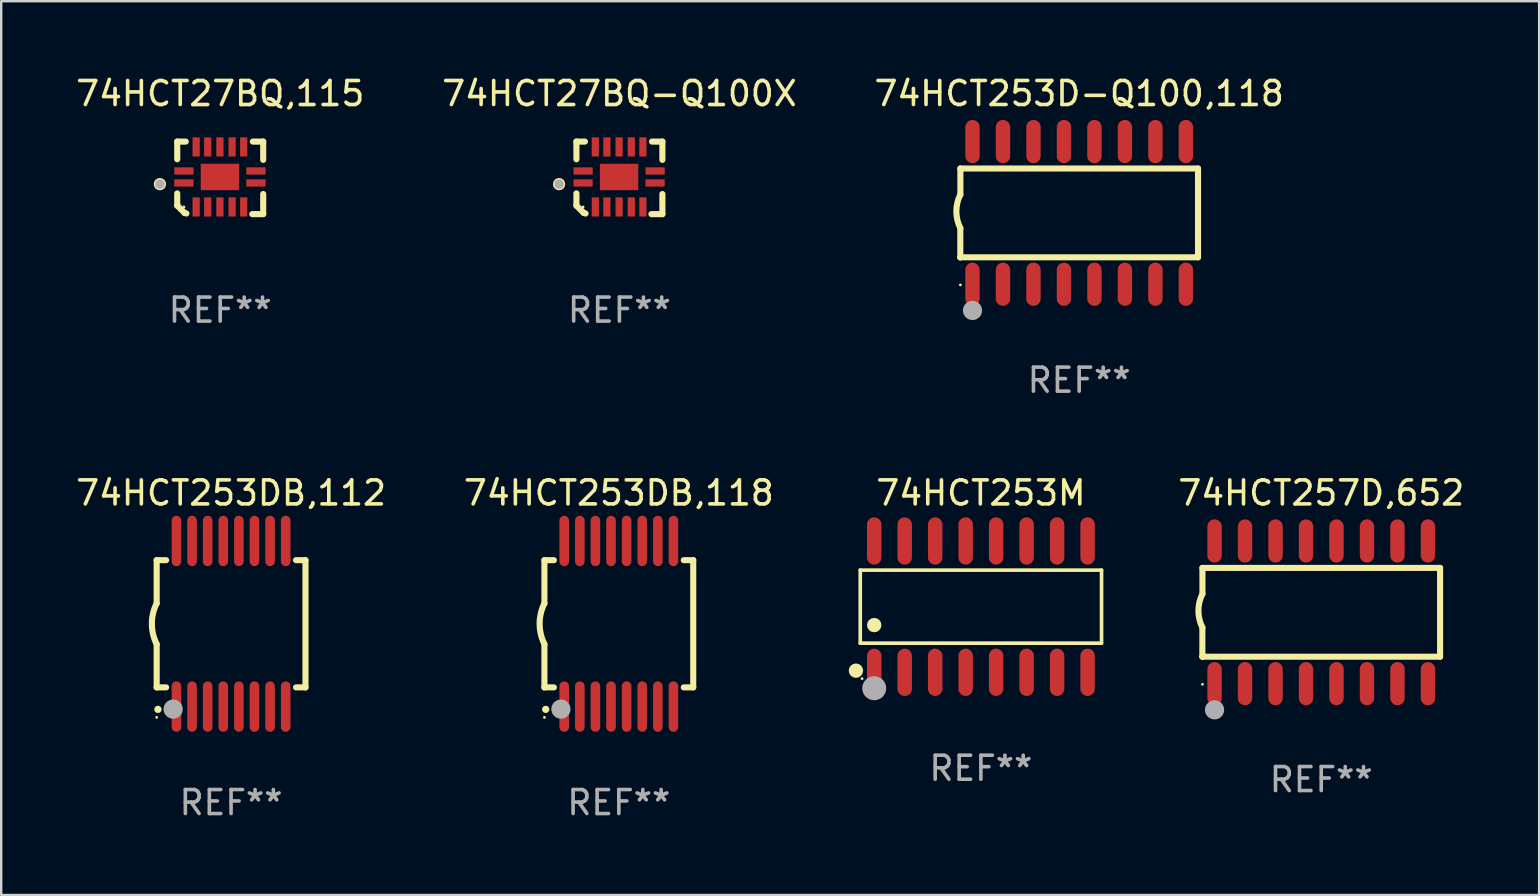
<source format=kicad_pcb>
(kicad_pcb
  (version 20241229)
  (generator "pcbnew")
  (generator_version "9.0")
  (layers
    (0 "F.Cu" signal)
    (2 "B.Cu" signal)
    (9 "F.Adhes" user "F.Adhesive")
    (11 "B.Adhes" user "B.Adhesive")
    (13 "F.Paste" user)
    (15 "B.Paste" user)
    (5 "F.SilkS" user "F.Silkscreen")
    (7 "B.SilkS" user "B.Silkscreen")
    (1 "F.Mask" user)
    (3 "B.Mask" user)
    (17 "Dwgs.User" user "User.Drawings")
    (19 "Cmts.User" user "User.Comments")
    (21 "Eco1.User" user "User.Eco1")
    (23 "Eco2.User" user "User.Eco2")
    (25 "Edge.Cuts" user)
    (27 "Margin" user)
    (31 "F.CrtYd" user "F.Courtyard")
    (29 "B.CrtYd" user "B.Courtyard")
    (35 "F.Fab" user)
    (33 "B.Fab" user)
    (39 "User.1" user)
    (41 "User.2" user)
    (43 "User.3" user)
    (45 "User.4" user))
  (footprint "74HCT27BQ,115"
    (layer "F.Cu")
    (at 6.125 4.36)
    (property "Reference" "74HCT27BQ,115" (at 0 -3.511 0) (layer "F.SilkS") (effects (font (size 1 1) (thickness 0.15))))
    (attr through_hole)
    (fp_line (start -1.791 -1.511) (end -1.435 -1.511) (stroke (width 0.254) (type solid)) (layer "F.SilkS"))
    (fp_line (start -1.791 -0.775) (end -1.791 -1.511) (stroke (width 0.254) (type solid)) (layer "F.SilkS"))
    (fp_line (start -1.791 1.156) (end -1.791 0.648) (stroke (width 0.254) (type solid)) (layer "F.SilkS"))
    (fp_line (start -1.486 1.461) (end -1.791 1.156) (stroke (width 0.254) (type solid)) (layer "F.SilkS"))
    (fp_line (start -1.41 1.486) (end -1.486 1.461) (stroke (width 0.254) (type solid)) (layer "F.SilkS"))
    (fp_line (start 1.334 1.511) (end 1.791 1.511) (stroke (width 0.254) (type solid)) (layer "F.SilkS"))
    (fp_line (start 1.791 -1.511) (end 1.359 -1.511) (stroke (width 0.254) (type solid)) (layer "F.SilkS"))
    (fp_line (start 1.791 -0.749) (end 1.791 -1.511) (stroke (width 0.254) (type solid)) (layer "F.SilkS"))
    (fp_line (start 1.791 1.511) (end 1.791 0.673) (stroke (width 0.254) (type solid)) (layer "F.SilkS"))
    (fp_circle (center -2.513 0.262) (end -2.383 0.262) (stroke (width 0.254) (type solid)) (fill no) (layer "F.SilkS"))
    (fp_circle (center -1.513 1.212) (end -1.483 1.212) (stroke (width 0.06) (type solid)) (fill no) (layer "F.SilkS"))
    (fp_circle (center -2.513 0.262) (end -2.413 0.262) (stroke (width 0.2) (type solid)) (fill no) (layer "F.Fab"))
    (fp_text user "REF**" (at 0 5.511 0) (layer "F.Fab") (effects (font (size 1 1) (thickness 0.15))))
    (pad "1" smd rect (at -1.513 0.212) (size 0.8 0.3) (layers "F.Cu" "F.Mask" "F.Paste"))
    (pad "2" smd rect (at -1.003 1.212) (size 0.3 0.8) (layers "F.Cu" "F.Mask" "F.Paste"))
    (pad "3" smd rect (at -0.521 1.212) (size 0.3 0.8) (layers "F.Cu" "F.Mask" "F.Paste"))
    (pad "4" smd rect (at -0.013 1.212) (size 0.3 0.8) (layers "F.Cu" "F.Mask" "F.Paste"))
    (pad "5" smd rect (at 0.495 1.212) (size 0.3 0.8) (layers "F.Cu" "F.Mask" "F.Paste"))
    (pad "6" smd rect (at 0.978 1.212) (size 0.3 0.8) (layers "F.Cu" "F.Mask" "F.Paste"))
    (pad "7" smd rect (at 1.487 0.212) (size 0.8 0.3) (layers "F.Cu" "F.Mask" "F.Paste"))
    (pad "8" smd rect (at 1.487 -0.288) (size 0.8 0.3) (layers "F.Cu" "F.Mask" "F.Paste"))
    (pad "9" smd rect (at 0.978 -1.288) (size 0.3 0.8) (layers "F.Cu" "F.Mask" "F.Paste"))
    (pad "10" smd rect (at 0.495 -1.288) (size 0.3 0.8) (layers "F.Cu" "F.Mask" "F.Paste"))
    (pad "11" smd rect (at -0.013 -1.288) (size 0.3 0.8) (layers "F.Cu" "F.Mask" "F.Paste"))
    (pad "12" smd rect (at -0.521 -1.288) (size 0.3 0.8) (layers "F.Cu" "F.Mask" "F.Paste"))
    (pad "13" smd rect (at -1.003 -1.288) (size 0.3 0.8) (layers "F.Cu" "F.Mask" "F.Paste"))
    (pad "14" smd rect (at -1.513 -0.288) (size 0.8 0.3) (layers "F.Cu" "F.Mask" "F.Paste"))
    (pad "15" smd rect (at -0.013 -0.038 90) (size 1.1 1.6) (layers "F.Cu" "F.Mask" "F.Paste")))
  (footprint "74HCT253M"
    (layer "F.Cu")
    (at 37.817 22.224)
    (property "Reference" "74HCT253M" (at 0 -4.736 0) (layer "F.SilkS") (effects (font (size 1 1) (thickness 0.15))))
    (attr through_hole)
    (fp_line (start -5.026 -1.521) (end 5.026 -1.521) (stroke (width 0.152) (type solid)) (layer "F.SilkS"))
    (fp_line (start -5.026 1.521) (end -5.026 -1.521) (stroke (width 0.152) (type solid)) (layer "F.SilkS"))
    (fp_line (start 5.026 -1.521) (end 5.026 1.521) (stroke (width 0.152) (type solid)) (layer "F.SilkS"))
    (fp_line (start 5.026 1.521) (end -5.026 1.521) (stroke (width 0.152) (type solid)) (layer "F.SilkS"))
    (fp_circle (center -5.207 2.667) (end -5.057 2.667) (stroke (width 0.3) (type solid)) (fill no) (layer "F.SilkS"))
    (fp_circle (center -4.95 3) (end -4.92 3) (stroke (width 0.06) (type solid)) (fill no) (layer "F.SilkS"))
    (fp_circle (center -4.445 0.769) (end -4.295 0.769) (stroke (width 0.3) (type solid)) (fill no) (layer "F.SilkS"))
    (fp_circle (center -4.445 3.4) (end -4.195 3.4) (stroke (width 0.5) (type solid)) (fill no) (layer "F.Fab"))
    (fp_text user "REF**" (at 0 6.736 0) (layer "F.Fab") (effects (font (size 1 1) (thickness 0.15))))
    (pad "1" smd oval (at -4.445 2.736) (size 0.602 1.971) (layers "F.Cu" "F.Mask" "F.Paste"))
    (pad "2" smd oval (at -3.175 2.736) (size 0.602 1.971) (layers "F.Cu" "F.Mask" "F.Paste"))
    (pad "3" smd oval (at -1.905 2.736) (size 0.602 1.971) (layers "F.Cu" "F.Mask" "F.Paste"))
    (pad "4" smd oval (at -0.635 2.736) (size 0.602 1.971) (layers "F.Cu" "F.Mask" "F.Paste"))
    (pad "5" smd oval (at 0.635 2.736) (size 0.602 1.971) (layers "F.Cu" "F.Mask" "F.Paste"))
    (pad "6" smd oval (at 1.905 2.736) (size 0.602 1.971) (layers "F.Cu" "F.Mask" "F.Paste"))
    (pad "7" smd oval (at 3.175 2.736) (size 0.602 1.971) (layers "F.Cu" "F.Mask" "F.Paste"))
    (pad "8" smd oval (at 4.445 2.736) (size 0.602 1.971) (layers "F.Cu" "F.Mask" "F.Paste"))
    (pad "9" smd oval (at 4.445 -2.736) (size 0.602 1.971) (layers "F.Cu" "F.Mask" "F.Paste"))
    (pad "10" smd oval (at 3.175 -2.736) (size 0.602 1.971) (layers "F.Cu" "F.Mask" "F.Paste"))
    (pad "11" smd oval (at 1.905 -2.736) (size 0.602 1.971) (layers "F.Cu" "F.Mask" "F.Paste"))
    (pad "12" smd oval (at 0.635 -2.736) (size 0.602 1.971) (layers "F.Cu" "F.Mask" "F.Paste"))
    (pad "13" smd oval (at -0.635 -2.736) (size 0.602 1.971) (layers "F.Cu" "F.Mask" "F.Paste"))
    (pad "14" smd oval (at -1.905 -2.736) (size 0.602 1.971) (layers "F.Cu" "F.Mask" "F.Paste"))
    (pad "15" smd oval (at -3.175 -2.736) (size 0.602 1.971) (layers "F.Cu" "F.Mask" "F.Paste"))
    (pad "16" smd oval (at -4.445 -2.736) (size 0.602 1.971) (layers "F.Cu" "F.Mask" "F.Paste")))
  (footprint "74HCT253DB,118"
    (layer "F.Cu")
    (at 22.732 22.938)
    (property "Reference" "74HCT253DB,118" (at 0 -5.45 0) (layer "F.SilkS") (effects (font (size 1 1) (thickness 0.15))))
    (attr through_hole)
    (fp_line (start -3.1 -2.65) (end -3.1 -0.85) (stroke (width 0.254) (type solid)) (layer "F.SilkS"))
    (fp_line (start -3.1 -2.65) (end -2.706 -2.65) (stroke (width 0.254) (type solid)) (layer "F.SilkS"))
    (fp_line (start -3.1 2.65) (end -3.1 0.85) (stroke (width 0.254) (type solid)) (layer "F.SilkS"))
    (fp_line (start -3.1 2.65) (end -2.706 2.65) (stroke (width 0.254) (type solid)) (layer "F.SilkS"))
    (fp_line (start 2.706 -2.65) (end 3.1 -2.65) (stroke (width 0.254) (type solid)) (layer "F.SilkS"))
    (fp_line (start 2.706 2.65) (end 3.1 2.65) (stroke (width 0.254) (type solid)) (layer "F.SilkS"))
    (fp_line (start 3.1 -2.65) (end 3.1 2.65) (stroke (width 0.254) (type solid)) (layer "F.SilkS"))
    (fp_arc (start -3.098907 0.850902) (mid -3.300057 0.000523) (end -3.1 -0.850114) (stroke (width 0.254001) (type solid)) (layer "F.SilkS"))
    (fp_arc (start -3.048006 3.566066) (mid -3.046736 3.566061) (end -3.045466 3.566066) (stroke (width 0.3) (type solid)) (layer "F.SilkS"))
    (fp_circle (center -3.1 3.9) (end -3.07 3.9) (stroke (width 0.06) (type solid)) (fill no) (layer "F.SilkS"))
    (fp_circle (center -2.413 3.556) (end -2.213 3.556) (stroke (width 0.4) (type solid)) (fill no) (layer "F.Fab"))
    (fp_text user "REF**" (at 0 7.45 0) (layer "F.Fab") (effects (font (size 1 1) (thickness 0.15))))
    (pad "1" smd oval (at -2.275 3.45 180) (size 0.4 2.1) (layers "F.Cu" "F.Mask" "F.Paste"))
    (pad "2" smd oval (at -1.625 3.45 180) (size 0.4 2.1) (layers "F.Cu" "F.Mask" "F.Paste"))
    (pad "3" smd oval (at -0.975 3.45 180) (size 0.4 2.1) (layers "F.Cu" "F.Mask" "F.Paste"))
    (pad "4" smd oval (at -0.325 3.45 180) (size 0.4 2.1) (layers "F.Cu" "F.Mask" "F.Paste"))
    (pad "5" smd oval (at 0.325 3.45 180) (size 0.4 2.1) (layers "F.Cu" "F.Mask" "F.Paste"))
    (pad "6" smd oval (at 0.975 3.45 180) (size 0.4 2.1) (layers "F.Cu" "F.Mask" "F.Paste"))
    (pad "7" smd oval (at 1.625 3.45 180) (size 0.4 2.1) (layers "F.Cu" "F.Mask" "F.Paste"))
    (pad "8" smd oval (at 2.275 3.45 180) (size 0.4 2.1) (layers "F.Cu" "F.Mask" "F.Paste"))
    (pad "9" smd oval (at 2.275 -3.45 180) (size 0.4 2.1) (layers "F.Cu" "F.Mask" "F.Paste"))
    (pad "10" smd oval (at 1.625 -3.45 180) (size 0.4 2.1) (layers "F.Cu" "F.Mask" "F.Paste"))
    (pad "11" smd oval (at 0.975 -3.45 180) (size 0.4 2.1) (layers "F.Cu" "F.Mask" "F.Paste"))
    (pad "12" smd oval (at 0.325 -3.45 180) (size 0.4 2.1) (layers "F.Cu" "F.Mask" "F.Paste"))
    (pad "13" smd oval (at -0.325 -3.45 180) (size 0.4 2.1) (layers "F.Cu" "F.Mask" "F.Paste"))
    (pad "14" smd oval (at -0.975 -3.45 180) (size 0.4 2.1) (layers "F.Cu" "F.Mask" "F.Paste"))
    (pad "15" smd oval (at -1.625 -3.45 180) (size 0.4 2.1) (layers "F.Cu" "F.Mask" "F.Paste"))
    (pad "16" smd oval (at -2.275 -3.45 180) (size 0.4 2.1) (layers "F.Cu" "F.Mask" "F.Paste")))
  (footprint "74HCT27BQ-Q100X"
    (layer "F.Cu")
    (at 22.756 4.36)
    (property "Reference" "74HCT27BQ-Q100X" (at 0 -3.511 0) (layer "F.SilkS") (effects (font (size 1 1) (thickness 0.15))))
    (attr through_hole)
    (fp_line (start -1.791 -1.511) (end -1.435 -1.511) (stroke (width 0.254) (type solid)) (layer "F.SilkS"))
    (fp_line (start -1.791 -0.775) (end -1.791 -1.511) (stroke (width 0.254) (type solid)) (layer "F.SilkS"))
    (fp_line (start -1.791 1.156) (end -1.791 0.648) (stroke (width 0.254) (type solid)) (layer "F.SilkS"))
    (fp_line (start -1.486 1.461) (end -1.791 1.156) (stroke (width 0.254) (type solid)) (layer "F.SilkS"))
    (fp_line (start -1.41 1.486) (end -1.486 1.461) (stroke (width 0.254) (type solid)) (layer "F.SilkS"))
    (fp_line (start 1.334 1.511) (end 1.791 1.511) (stroke (width 0.254) (type solid)) (layer "F.SilkS"))
    (fp_line (start 1.791 -1.511) (end 1.359 -1.511) (stroke (width 0.254) (type solid)) (layer "F.SilkS"))
    (fp_line (start 1.791 -0.749) (end 1.791 -1.511) (stroke (width 0.254) (type solid)) (layer "F.SilkS"))
    (fp_line (start 1.791 1.511) (end 1.791 0.673) (stroke (width 0.254) (type solid)) (layer "F.SilkS"))
    (fp_circle (center -2.513 0.262) (end -2.383 0.262) (stroke (width 0.254) (type solid)) (fill no) (layer "F.SilkS"))
    (fp_circle (center -1.513 1.212) (end -1.483 1.212) (stroke (width 0.06) (type solid)) (fill no) (layer "F.SilkS"))
    (fp_circle (center -2.513 0.262) (end -2.413 0.262) (stroke (width 0.2) (type solid)) (fill no) (layer "F.Fab"))
    (fp_text user "REF**" (at 0 5.511 0) (layer "F.Fab") (effects (font (size 1 1) (thickness 0.15))))
    (pad "1" smd rect (at -1.513 0.212) (size 0.8 0.3) (layers "F.Cu" "F.Mask" "F.Paste"))
    (pad "2" smd rect (at -1.003 1.212) (size 0.3 0.8) (layers "F.Cu" "F.Mask" "F.Paste"))
    (pad "3" smd rect (at -0.521 1.212) (size 0.3 0.8) (layers "F.Cu" "F.Mask" "F.Paste"))
    (pad "4" smd rect (at -0.013 1.212) (size 0.3 0.8) (layers "F.Cu" "F.Mask" "F.Paste"))
    (pad "5" smd rect (at 0.495 1.212) (size 0.3 0.8) (layers "F.Cu" "F.Mask" "F.Paste"))
    (pad "6" smd rect (at 0.978 1.212) (size 0.3 0.8) (layers "F.Cu" "F.Mask" "F.Paste"))
    (pad "7" smd rect (at 1.487 0.212) (size 0.8 0.3) (layers "F.Cu" "F.Mask" "F.Paste"))
    (pad "8" smd rect (at 1.487 -0.288) (size 0.8 0.3) (layers "F.Cu" "F.Mask" "F.Paste"))
    (pad "9" smd rect (at 0.978 -1.288) (size 0.3 0.8) (layers "F.Cu" "F.Mask" "F.Paste"))
    (pad "10" smd rect (at 0.495 -1.288) (size 0.3 0.8) (layers "F.Cu" "F.Mask" "F.Paste"))
    (pad "11" smd rect (at -0.013 -1.288) (size 0.3 0.8) (layers "F.Cu" "F.Mask" "F.Paste"))
    (pad "12" smd rect (at -0.521 -1.288) (size 0.3 0.8) (layers "F.Cu" "F.Mask" "F.Paste"))
    (pad "13" smd rect (at -1.003 -1.288) (size 0.3 0.8) (layers "F.Cu" "F.Mask" "F.Paste"))
    (pad "14" smd rect (at -1.513 -0.288) (size 0.8 0.3) (layers "F.Cu" "F.Mask" "F.Paste"))
    (pad "15" smd rect (at -0.013 -0.038 90) (size 1.1 1.6) (layers "F.Cu" "F.Mask" "F.Paste")))
  (footprint "74HCT253D-Q100,118"
    (layer "F.Cu")
    (at 41.911 5.82)
    (property "Reference" "74HCT253D-Q100,118" (at 0 -4.972 0) (layer "F.SilkS") (effects (font (size 1 1) (thickness 0.15))))
    (attr through_hole)
    (fp_line (start -4.952 0.635) (end -4.952 1.85) (stroke (width 0.254) (type solid)) (layer "F.SilkS"))
    (fp_line (start -4.952 1.85) (end -4.949 1.85) (stroke (width 0.254) (type solid)) (layer "F.SilkS"))
    (fp_line (start -4.949 -1.85) (end -4.949 -0.762) (stroke (width 0.254) (type solid)) (layer "F.SilkS"))
    (fp_line (start -4.949 1.85) (end 4.952 1.85) (stroke (width 0.254) (type solid)) (layer "F.SilkS"))
    (fp_line (start 4.952 -1.85) (end -4.949 -1.85) (stroke (width 0.254) (type solid)) (layer "F.SilkS"))
    (fp_line (start 4.952 1.85) (end 4.952 -1.85) (stroke (width 0.254) (type solid)) (layer "F.SilkS"))
    (fp_arc (start -4.951524 0.635001) (mid -5.116418 -0.0635) (end -4.951524 -0.762002) (stroke (width 0.254001) (type solid)) (layer "F.SilkS"))
    (fp_circle (center -4.949 3) (end -4.919 3) (stroke (width 0.06) (type solid)) (fill no) (layer "F.SilkS"))
    (fp_circle (center -4.444 4.064) (end -4.244 4.064) (stroke (width 0.4) (type solid)) (fill no) (layer "F.Fab"))
    (fp_text user "REF**" (at 0 6.972 0) (layer "F.Fab") (effects (font (size 1 1) (thickness 0.15))))
    (pad "1" smd oval (at -4.444 2.972 180) (size 0.6 1.8) (layers "F.Cu" "F.Mask" "F.Paste"))
    (pad "2" smd oval (at -3.174 2.972 180) (size 0.6 1.8) (layers "F.Cu" "F.Mask" "F.Paste"))
    (pad "3" smd oval (at -1.904 2.972 180) (size 0.6 1.8) (layers "F.Cu" "F.Mask" "F.Paste"))
    (pad "4" smd oval (at -0.634 2.972 180) (size 0.6 1.8) (layers "F.Cu" "F.Mask" "F.Paste"))
    (pad "5" smd oval (at 0.636 2.972 180) (size 0.6 1.8) (layers "F.Cu" "F.Mask" "F.Paste"))
    (pad "6" smd oval (at 1.906 2.972 180) (size 0.6 1.8) (layers "F.Cu" "F.Mask" "F.Paste"))
    (pad "7" smd oval (at 3.176 2.972 180) (size 0.6 1.8) (layers "F.Cu" "F.Mask" "F.Paste"))
    (pad "8" smd oval (at 4.446 2.972 180) (size 0.6 1.8) (layers "F.Cu" "F.Mask" "F.Paste"))
    (pad "9" smd oval (at 4.446 -2.972 180) (size 0.6 1.8) (layers "F.Cu" "F.Mask" "F.Paste"))
    (pad "10" smd oval (at 3.176 -2.972 180) (size 0.6 1.8) (layers "F.Cu" "F.Mask" "F.Paste"))
    (pad "11" smd oval (at 1.906 -2.972 180) (size 0.6 1.8) (layers "F.Cu" "F.Mask" "F.Paste"))
    (pad "12" smd oval (at 0.636 -2.972 180) (size 0.6 1.8) (layers "F.Cu" "F.Mask" "F.Paste"))
    (pad "13" smd oval (at -0.634 -2.972 180) (size 0.6 1.8) (layers "F.Cu" "F.Mask" "F.Paste"))
    (pad "14" smd oval (at -1.904 -2.972 180) (size 0.6 1.8) (layers "F.Cu" "F.Mask" "F.Paste"))
    (pad "15" smd oval (at -3.174 -2.972 180) (size 0.6 1.8) (layers "F.Cu" "F.Mask" "F.Paste"))
    (pad "16" smd oval (at -4.444 -2.972 180) (size 0.6 1.8) (layers "F.Cu" "F.Mask" "F.Paste")))
  (footprint "74HCT253DB,112"
    (layer "F.Cu")
    (at 6.577 22.938)
    (property "Reference" "74HCT253DB,112" (at 0 -5.45 0) (layer "F.SilkS") (effects (font (size 1 1) (thickness 0.15))))
    (attr through_hole)
    (fp_line (start -3.1 -2.65) (end -3.1 -0.85) (stroke (width 0.254) (type solid)) (layer "F.SilkS"))
    (fp_line (start -3.1 -2.65) (end -2.706 -2.65) (stroke (width 0.254) (type solid)) (layer "F.SilkS"))
    (fp_line (start -3.1 2.65) (end -3.1 0.85) (stroke (width 0.254) (type solid)) (layer "F.SilkS"))
    (fp_line (start -3.1 2.65) (end -2.706 2.65) (stroke (width 0.254) (type solid)) (layer "F.SilkS"))
    (fp_line (start 2.706 -2.65) (end 3.1 -2.65) (stroke (width 0.254) (type solid)) (layer "F.SilkS"))
    (fp_line (start 2.706 2.65) (end 3.1 2.65) (stroke (width 0.254) (type solid)) (layer "F.SilkS"))
    (fp_line (start 3.1 -2.65) (end 3.1 2.65) (stroke (width 0.254) (type solid)) (layer "F.SilkS"))
    (fp_arc (start -3.098907 0.850902) (mid -3.300057 0.000523) (end -3.1 -0.850114) (stroke (width 0.254001) (type solid)) (layer "F.SilkS"))
    (fp_arc (start -3.048006 3.566066) (mid -3.046736 3.566061) (end -3.045466 3.566066) (stroke (width 0.3) (type solid)) (layer "F.SilkS"))
    (fp_circle (center -3.1 3.9) (end -3.07 3.9) (stroke (width 0.06) (type solid)) (fill no) (layer "F.SilkS"))
    (fp_circle (center -2.413 3.556) (end -2.213 3.556) (stroke (width 0.4) (type solid)) (fill no) (layer "F.Fab"))
    (fp_text user "REF**" (at 0 7.45 0) (layer "F.Fab") (effects (font (size 1 1) (thickness 0.15))))
    (pad "1" smd oval (at -2.275 3.45 180) (size 0.4 2.1) (layers "F.Cu" "F.Mask" "F.Paste"))
    (pad "2" smd oval (at -1.625 3.45 180) (size 0.4 2.1) (layers "F.Cu" "F.Mask" "F.Paste"))
    (pad "3" smd oval (at -0.975 3.45 180) (size 0.4 2.1) (layers "F.Cu" "F.Mask" "F.Paste"))
    (pad "4" smd oval (at -0.325 3.45 180) (size 0.4 2.1) (layers "F.Cu" "F.Mask" "F.Paste"))
    (pad "5" smd oval (at 0.325 3.45 180) (size 0.4 2.1) (layers "F.Cu" "F.Mask" "F.Paste"))
    (pad "6" smd oval (at 0.975 3.45 180) (size 0.4 2.1) (layers "F.Cu" "F.Mask" "F.Paste"))
    (pad "7" smd oval (at 1.625 3.45 180) (size 0.4 2.1) (layers "F.Cu" "F.Mask" "F.Paste"))
    (pad "8" smd oval (at 2.275 3.45 180) (size 0.4 2.1) (layers "F.Cu" "F.Mask" "F.Paste"))
    (pad "9" smd oval (at 2.275 -3.45 180) (size 0.4 2.1) (layers "F.Cu" "F.Mask" "F.Paste"))
    (pad "10" smd oval (at 1.625 -3.45 180) (size 0.4 2.1) (layers "F.Cu" "F.Mask" "F.Paste"))
    (pad "11" smd oval (at 0.975 -3.45 180) (size 0.4 2.1) (layers "F.Cu" "F.Mask" "F.Paste"))
    (pad "12" smd oval (at 0.325 -3.45 180) (size 0.4 2.1) (layers "F.Cu" "F.Mask" "F.Paste"))
    (pad "13" smd oval (at -0.325 -3.45 180) (size 0.4 2.1) (layers "F.Cu" "F.Mask" "F.Paste"))
    (pad "14" smd oval (at -0.975 -3.45 180) (size 0.4 2.1) (layers "F.Cu" "F.Mask" "F.Paste"))
    (pad "15" smd oval (at -1.625 -3.45 180) (size 0.4 2.1) (layers "F.Cu" "F.Mask" "F.Paste"))
    (pad "16" smd oval (at -2.275 -3.45 180) (size 0.4 2.1) (layers "F.Cu" "F.Mask" "F.Paste")))
  (footprint "74HCT257D,652"
    (layer "F.Cu")
    (at 51.996 22.46)
    (property "Reference" "74HCT257D,652" (at 0 -4.972 0) (layer "F.SilkS") (effects (font (size 1 1) (thickness 0.15))))
    (attr through_hole)
    (fp_line (start -4.952 0.635) (end -4.952 1.85) (stroke (width 0.254) (type solid)) (layer "F.SilkS"))
    (fp_line (start -4.952 1.85) (end -4.949 1.85) (stroke (width 0.254) (type solid)) (layer "F.SilkS"))
    (fp_line (start -4.949 -1.85) (end -4.949 -0.762) (stroke (width 0.254) (type solid)) (layer "F.SilkS"))
    (fp_line (start -4.949 1.85) (end 4.952 1.85) (stroke (width 0.254) (type solid)) (layer "F.SilkS"))
    (fp_line (start 4.952 -1.85) (end -4.949 -1.85) (stroke (width 0.254) (type solid)) (layer "F.SilkS"))
    (fp_line (start 4.952 1.85) (end 4.952 -1.85) (stroke (width 0.254) (type solid)) (layer "F.SilkS"))
    (fp_arc (start -4.951524 0.635001) (mid -5.116418 -0.0635) (end -4.951524 -0.762002) (stroke (width 0.254001) (type solid)) (layer "F.SilkS"))
    (fp_circle (center -4.949 3) (end -4.919 3) (stroke (width 0.06) (type solid)) (fill no) (layer "F.SilkS"))
    (fp_circle (center -4.444 4.064) (end -4.244 4.064) (stroke (width 0.4) (type solid)) (fill no) (layer "F.Fab"))
    (fp_text user "REF**" (at 0 6.972 0) (layer "F.Fab") (effects (font (size 1 1) (thickness 0.15))))
    (pad "1" smd oval (at -4.444 2.972 180) (size 0.6 1.8) (layers "F.Cu" "F.Mask" "F.Paste"))
    (pad "2" smd oval (at -3.174 2.972 180) (size 0.6 1.8) (layers "F.Cu" "F.Mask" "F.Paste"))
    (pad "3" smd oval (at -1.904 2.972 180) (size 0.6 1.8) (layers "F.Cu" "F.Mask" "F.Paste"))
    (pad "4" smd oval (at -0.634 2.972 180) (size 0.6 1.8) (layers "F.Cu" "F.Mask" "F.Paste"))
    (pad "5" smd oval (at 0.636 2.972 180) (size 0.6 1.8) (layers "F.Cu" "F.Mask" "F.Paste"))
    (pad "6" smd oval (at 1.906 2.972 180) (size 0.6 1.8) (layers "F.Cu" "F.Mask" "F.Paste"))
    (pad "7" smd oval (at 3.176 2.972 180) (size 0.6 1.8) (layers "F.Cu" "F.Mask" "F.Paste"))
    (pad "8" smd oval (at 4.446 2.972 180) (size 0.6 1.8) (layers "F.Cu" "F.Mask" "F.Paste"))
    (pad "9" smd oval (at 4.446 -2.972 180) (size 0.6 1.8) (layers "F.Cu" "F.Mask" "F.Paste"))
    (pad "10" smd oval (at 3.176 -2.972 180) (size 0.6 1.8) (layers "F.Cu" "F.Mask" "F.Paste"))
    (pad "11" smd oval (at 1.906 -2.972 180) (size 0.6 1.8) (layers "F.Cu" "F.Mask" "F.Paste"))
    (pad "12" smd oval (at 0.636 -2.972 180) (size 0.6 1.8) (layers "F.Cu" "F.Mask" "F.Paste"))
    (pad "13" smd oval (at -0.634 -2.972 180) (size 0.6 1.8) (layers "F.Cu" "F.Mask" "F.Paste"))
    (pad "14" smd oval (at -1.904 -2.972 180) (size 0.6 1.8) (layers "F.Cu" "F.Mask" "F.Paste"))
    (pad "15" smd oval (at -3.174 -2.972 180) (size 0.6 1.8) (layers "F.Cu" "F.Mask" "F.Paste"))
    (pad "16" smd oval (at -4.444 -2.972 180) (size 0.6 1.8) (layers "F.Cu" "F.Mask" "F.Paste")))
  (gr_rect
    (start -3 -3)
    (end 61.074 34.237)
    (stroke (width 0.1) (type default))
    (fill no)
    (layer "Edge.Cuts")))
</source>
